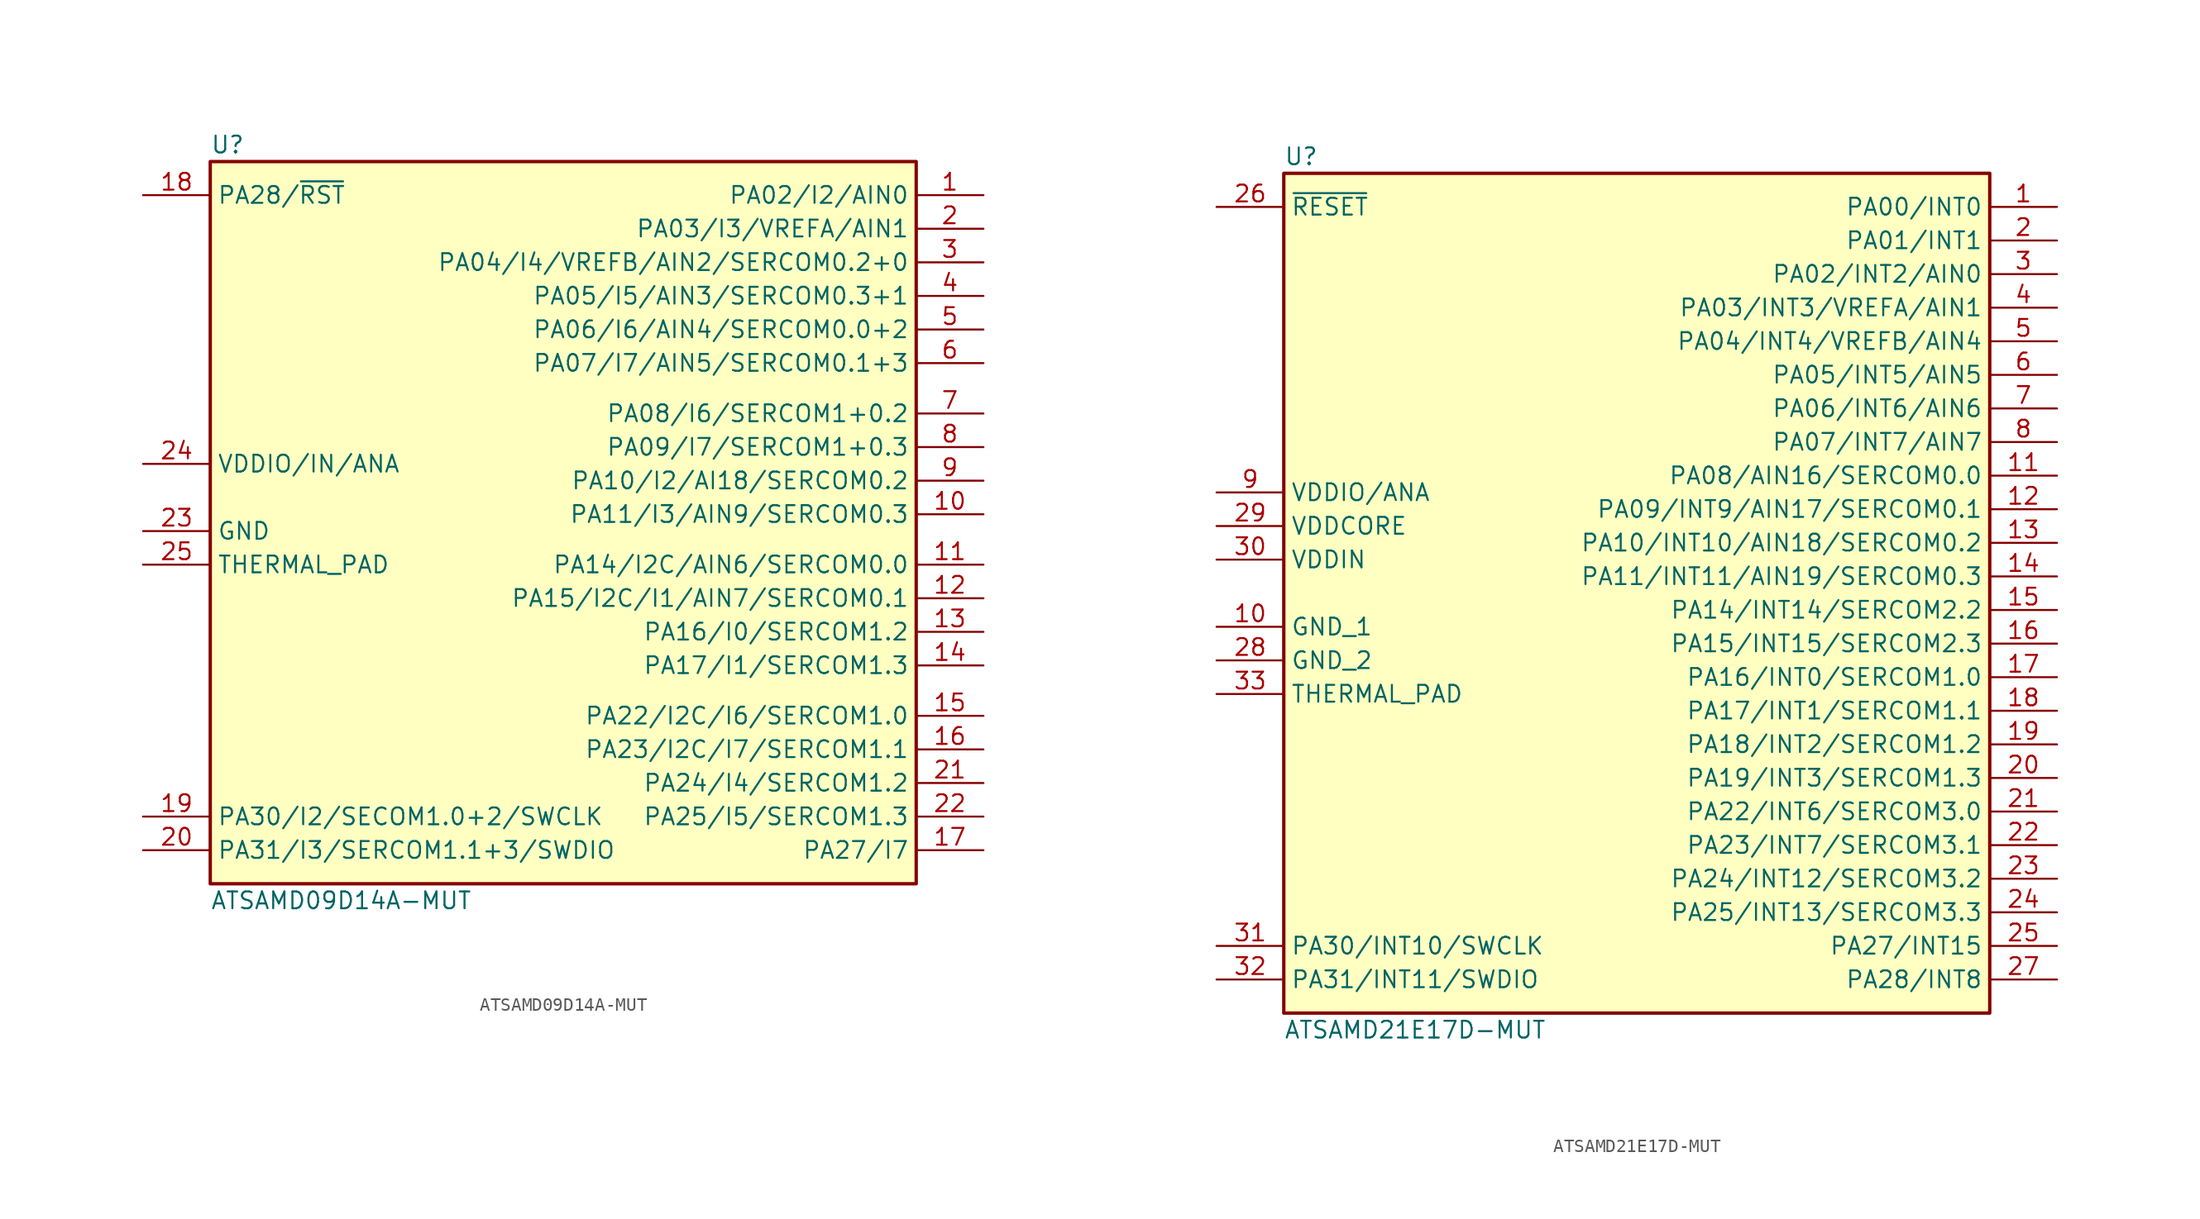
<source format=kicad_sym>
(kicad_symbol_lib
  (version 20231120)
  (generator "kicad_symbol_editor")
  (generator_version "8.0")
  (symbol "ATSAMD09D14A-MUT"
    (property "Reference" "U"
      (at 0 1.27 0)
      (do_not_autoplace)
      (effects (font (size 1.27 1.27)) (justify left)))
    (property "Value" "ATSAMD09D14A-MUT"
      (at 0 -55.88 0)
      (do_not_autoplace)
      (effects (font (size 1.27 1.27)) (justify left)))
    (symbol "ATSAMD09D14A-MUT_1_1"
      (rectangle (start 0 0) (end 53.34 -54.61) (stroke (width 0.254) (type default)) (fill (type background)))
      (pin unspecified line (at 58.42 -2.54 180) (length 5.08) (name "PA02/I2/AIN0" (effects (font (size 1.27 1.27)))) (number "1" (effects (font (size 1.27 1.27)))))
      (pin unspecified line (at 58.42 -26.67 180) (length 5.08) (name "PA11/I3/AIN9/SERCOM0.3" (effects (font (size 1.27 1.27)))) (number "10" (effects (font (size 1.27 1.27)))))
      (pin unspecified line (at 58.42 -30.48 180) (length 5.08) (name "PA14/I2C/AIN6/SERCOM0.0" (effects (font (size 1.27 1.27)))) (number "11" (effects (font (size 1.27 1.27)))))
      (pin unspecified line (at 58.42 -33.02 180) (length 5.08) (name "PA15/I2C/I1/AIN7/SERCOM0.1" (effects (font (size 1.27 1.27)))) (number "12" (effects (font (size 1.27 1.27)))))
      (pin unspecified line (at 58.42 -35.56 180) (length 5.08) (name "PA16/I0/SERCOM1.2" (effects (font (size 1.27 1.27)))) (number "13" (effects (font (size 1.27 1.27)))))
      (pin unspecified line (at 58.42 -38.1 180) (length 5.08) (name "PA17/I1/SERCOM1.3" (effects (font (size 1.27 1.27)))) (number "14" (effects (font (size 1.27 1.27)))))
      (pin unspecified line (at 58.42 -41.91 180) (length 5.08) (name "PA22/I2C/I6/SERCOM1.0" (effects (font (size 1.27 1.27)))) (number "15" (effects (font (size 1.27 1.27)))))
      (pin unspecified line (at 58.42 -44.45 180) (length 5.08) (name "PA23/I2C/I7/SERCOM1.1" (effects (font (size 1.27 1.27)))) (number "16" (effects (font (size 1.27 1.27)))))
      (pin unspecified line (at 58.42 -52.07 180) (length 5.08) (name "PA27/I7" (effects (font (size 1.27 1.27)))) (number "17" (effects (font (size 1.27 1.27)))))
      (pin unspecified line (at -5.08 -2.54 0) (length 5.08) (name "PA28/~{RST}" (effects (font (size 1.27 1.27)))) (number "18" (effects (font (size 1.27 1.27)))))
      (pin unspecified line (at -5.08 -49.53 0) (length 5.08) (name "PA30/I2/SECOM1.0+2/SWCLK" (effects (font (size 1.27 1.27)))) (number "19" (effects (font (size 1.27 1.27)))))
      (pin unspecified line (at 58.42 -5.08 180) (length 5.08) (name "PA03/I3/VREFA/AIN1" (effects (font (size 1.27 1.27)))) (number "2" (effects (font (size 1.27 1.27)))))
      (pin unspecified line (at -5.08 -52.07 0) (length 5.08) (name "PA31/I3/SERCOM1.1+3/SWDIO" (effects (font (size 1.27 1.27)))) (number "20" (effects (font (size 1.27 1.27)))))
      (pin unspecified line (at 58.42 -46.99 180) (length 5.08) (name "PA24/I4/SERCOM1.2" (effects (font (size 1.27 1.27)))) (number "21" (effects (font (size 1.27 1.27)))))
      (pin unspecified line (at 58.42 -49.53 180) (length 5.08) (name "PA25/I5/SERCOM1.3" (effects (font (size 1.27 1.27)))) (number "22" (effects (font (size 1.27 1.27)))))
      (pin unspecified line (at -5.08 -27.94 0) (length 5.08) (name "GND" (effects (font (size 1.27 1.27)))) (number "23" (effects (font (size 1.27 1.27)))))
      (pin unspecified line (at -5.08 -22.86 0) (length 5.08) (name "VDDIO/IN/ANA" (effects (font (size 1.27 1.27)))) (number "24" (effects (font (size 1.27 1.27)))))
      (pin unspecified line (at -5.08 -30.48 0) (length 5.08) (name "THERMAL_PAD" (effects (font (size 1.27 1.27)))) (number "25" (effects (font (size 1.27 1.27)))))
      (pin unspecified line (at 58.42 -7.62 180) (length 5.08) (name "PA04/I4/VREFB/AIN2/SERCOM0.2+0" (effects (font (size 1.27 1.27)))) (number "3" (effects (font (size 1.27 1.27)))))
      (pin unspecified line (at 58.42 -10.16 180) (length 5.08) (name "PA05/I5/AIN3/SERCOM0.3+1" (effects (font (size 1.27 1.27)))) (number "4" (effects (font (size 1.27 1.27)))))
      (pin unspecified line (at 58.42 -12.7 180) (length 5.08) (name "PA06/I6/AIN4/SERCOM0.0+2" (effects (font (size 1.27 1.27)))) (number "5" (effects (font (size 1.27 1.27)))))
      (pin unspecified line (at 58.42 -15.24 180) (length 5.08) (name "PA07/I7/AIN5/SERCOM0.1+3" (effects (font (size 1.27 1.27)))) (number "6" (effects (font (size 1.27 1.27)))))
      (pin unspecified line (at 58.42 -19.05 180) (length 5.08) (name "PA08/I6/SERCOM1+0.2" (effects (font (size 1.27 1.27)))) (number "7" (effects (font (size 1.27 1.27)))))
      (pin unspecified line (at 58.42 -21.59 180) (length 5.08) (name "PA09/I7/SERCOM1+0.3" (effects (font (size 1.27 1.27)))) (number "8" (effects (font (size 1.27 1.27)))))
      (pin unspecified line (at 58.42 -24.13 180) (length 5.08) (name "PA10/I2/AI18/SERCOM0.2" (effects (font (size 1.27 1.27)))) (number "9" (effects (font (size 1.27 1.27)))))))
  (symbol "ATSAMD21E17D-MUT"
    (property "Reference" "U"
      (at 0 1.27 0)
      (effects (font (size 1.27 1.27)) (justify left)))
    (property "Value" "ATSAMD21E17D-MUT"
      (at 0 -64.77 0)
      (effects (font (size 1.27 1.27)) (justify left)))
    (symbol "ATSAMD21E17D-MUT_1_1"
      (rectangle (start 0 0) (end 53.34 -63.5) (stroke (width 0.254) (type default)) (fill (type background)))
      (pin unspecified line (at 58.42 -2.54 180) (length 5.08) (name "PA00/INT0" (effects (font (size 1.27 1.27)))) (number "1" (effects (font (size 1.27 1.27)))))
      (pin unspecified line (at -5.08 -34.29 0) (length 5.08) (name "GND_1" (effects (font (size 1.27 1.27)))) (number "10" (effects (font (size 1.27 1.27)))))
      (pin unspecified line (at 58.42 -22.86 180) (length 5.08) (name "PA08/AIN16/SERCOM0.0" (effects (font (size 1.27 1.27)))) (number "11" (effects (font (size 1.27 1.27)))))
      (pin unspecified line (at 58.42 -25.4 180) (length 5.08) (name "PA09/INT9/AIN17/SERCOM0.1" (effects (font (size 1.27 1.27)))) (number "12" (effects (font (size 1.27 1.27)))))
      (pin unspecified line (at 58.42 -27.94 180) (length 5.08) (name "PA10/INT10/AIN18/SERCOM0.2" (effects (font (size 1.27 1.27)))) (number "13" (effects (font (size 1.27 1.27)))))
      (pin unspecified line (at 58.42 -30.48 180) (length 5.08) (name "PA11/INT11/AIN19/SERCOM0.3" (effects (font (size 1.27 1.27)))) (number "14" (effects (font (size 1.27 1.27)))))
      (pin unspecified line (at 58.42 -33.02 180) (length 5.08) (name "PA14/INT14/SERCOM2.2" (effects (font (size 1.27 1.27)))) (number "15" (effects (font (size 1.27 1.27)))))
      (pin unspecified line (at 58.42 -35.56 180) (length 5.08) (name "PA15/INT15/SERCOM2.3" (effects (font (size 1.27 1.27)))) (number "16" (effects (font (size 1.27 1.27)))))
      (pin unspecified line (at 58.42 -38.1 180) (length 5.08) (name "PA16/INT0/SERCOM1.0" (effects (font (size 1.27 1.27)))) (number "17" (effects (font (size 1.27 1.27)))))
      (pin unspecified line (at 58.42 -40.64 180) (length 5.08) (name "PA17/INT1/SERCOM1.1" (effects (font (size 1.27 1.27)))) (number "18" (effects (font (size 1.27 1.27)))))
      (pin unspecified line (at 58.42 -43.18 180) (length 5.08) (name "PA18/INT2/SERCOM1.2" (effects (font (size 1.27 1.27)))) (number "19" (effects (font (size 1.27 1.27)))))
      (pin unspecified line (at 58.42 -5.08 180) (length 5.08) (name "PA01/INT1" (effects (font (size 1.27 1.27)))) (number "2" (effects (font (size 1.27 1.27)))))
      (pin unspecified line (at 58.42 -45.72 180) (length 5.08) (name "PA19/INT3/SERCOM1.3" (effects (font (size 1.27 1.27)))) (number "20" (effects (font (size 1.27 1.27)))))
      (pin unspecified line (at 58.42 -48.26 180) (length 5.08) (name "PA22/INT6/SERCOM3.0" (effects (font (size 1.27 1.27)))) (number "21" (effects (font (size 1.27 1.27)))))
      (pin unspecified line (at 58.42 -50.8 180) (length 5.08) (name "PA23/INT7/SERCOM3.1" (effects (font (size 1.27 1.27)))) (number "22" (effects (font (size 1.27 1.27)))))
      (pin unspecified line (at 58.42 -53.34 180) (length 5.08) (name "PA24/INT12/SERCOM3.2" (effects (font (size 1.27 1.27)))) (number "23" (effects (font (size 1.27 1.27)))))
      (pin unspecified line (at 58.42 -55.88 180) (length 5.08) (name "PA25/INT13/SERCOM3.3" (effects (font (size 1.27 1.27)))) (number "24" (effects (font (size 1.27 1.27)))))
      (pin unspecified line (at 58.42 -58.42 180) (length 5.08) (name "PA27/INT15" (effects (font (size 1.27 1.27)))) (number "25" (effects (font (size 1.27 1.27)))))
      (pin unspecified line (at -5.08 -2.54 0) (length 5.08) (name "~{RESET}" (effects (font (size 1.27 1.27)))) (number "26" (effects (font (size 1.27 1.27)))))
      (pin unspecified line (at 58.42 -60.96 180) (length 5.08) (name "PA28/INT8" (effects (font (size 1.27 1.27)))) (number "27" (effects (font (size 1.27 1.27)))))
      (pin unspecified line (at -5.08 -36.83 0) (length 5.08) (name "GND_2" (effects (font (size 1.27 1.27)))) (number "28" (effects (font (size 1.27 1.27)))))
      (pin unspecified line (at -5.08 -26.67 0) (length 5.08) (name "VDDCORE" (effects (font (size 1.27 1.27)))) (number "29" (effects (font (size 1.27 1.27)))))
      (pin unspecified line (at 58.42 -7.62 180) (length 5.08) (name "PA02/INT2/AIN0" (effects (font (size 1.27 1.27)))) (number "3" (effects (font (size 1.27 1.27)))))
      (pin unspecified line (at -5.08 -29.21 0) (length 5.08) (name "VDDIN" (effects (font (size 1.27 1.27)))) (number "30" (effects (font (size 1.27 1.27)))))
      (pin unspecified line (at -5.08 -58.42 0) (length 5.08) (name "PA30/INT10/SWCLK" (effects (font (size 1.27 1.27)))) (number "31" (effects (font (size 1.27 1.27)))))
      (pin unspecified line (at -5.08 -60.96 0) (length 5.08) (name "PA31/INT11/SWDIO" (effects (font (size 1.27 1.27)))) (number "32" (effects (font (size 1.27 1.27)))))
      (pin unspecified line (at -5.08 -39.37 0) (length 5.08) (name "THERMAL_PAD" (effects (font (size 1.27 1.27)))) (number "33" (effects (font (size 1.27 1.27)))))
      (pin unspecified line (at 58.42 -10.16 180) (length 5.08) (name "PA03/INT3/VREFA/AIN1" (effects (font (size 1.27 1.27)))) (number "4" (effects (font (size 1.27 1.27)))))
      (pin unspecified line (at 58.42 -12.7 180) (length 5.08) (name "PA04/INT4/VREFB/AIN4" (effects (font (size 1.27 1.27)))) (number "5" (effects (font (size 1.27 1.27)))))
      (pin unspecified line (at 58.42 -15.24 180) (length 5.08) (name "PA05/INT5/AIN5" (effects (font (size 1.27 1.27)))) (number "6" (effects (font (size 1.27 1.27)))))
      (pin unspecified line (at 58.42 -17.78 180) (length 5.08) (name "PA06/INT6/AIN6" (effects (font (size 1.27 1.27)))) (number "7" (effects (font (size 1.27 1.27)))))
      (pin unspecified line (at 58.42 -20.32 180) (length 5.08) (name "PA07/INT7/AIN7" (effects (font (size 1.27 1.27)))) (number "8" (effects (font (size 1.27 1.27)))))
      (pin unspecified line (at -5.08 -24.13 0) (length 5.08) (name "VDDIO/ANA" (effects (font (size 1.27 1.27)))) (number "9" (effects (font (size 1.27 1.27))))))))
</source>
